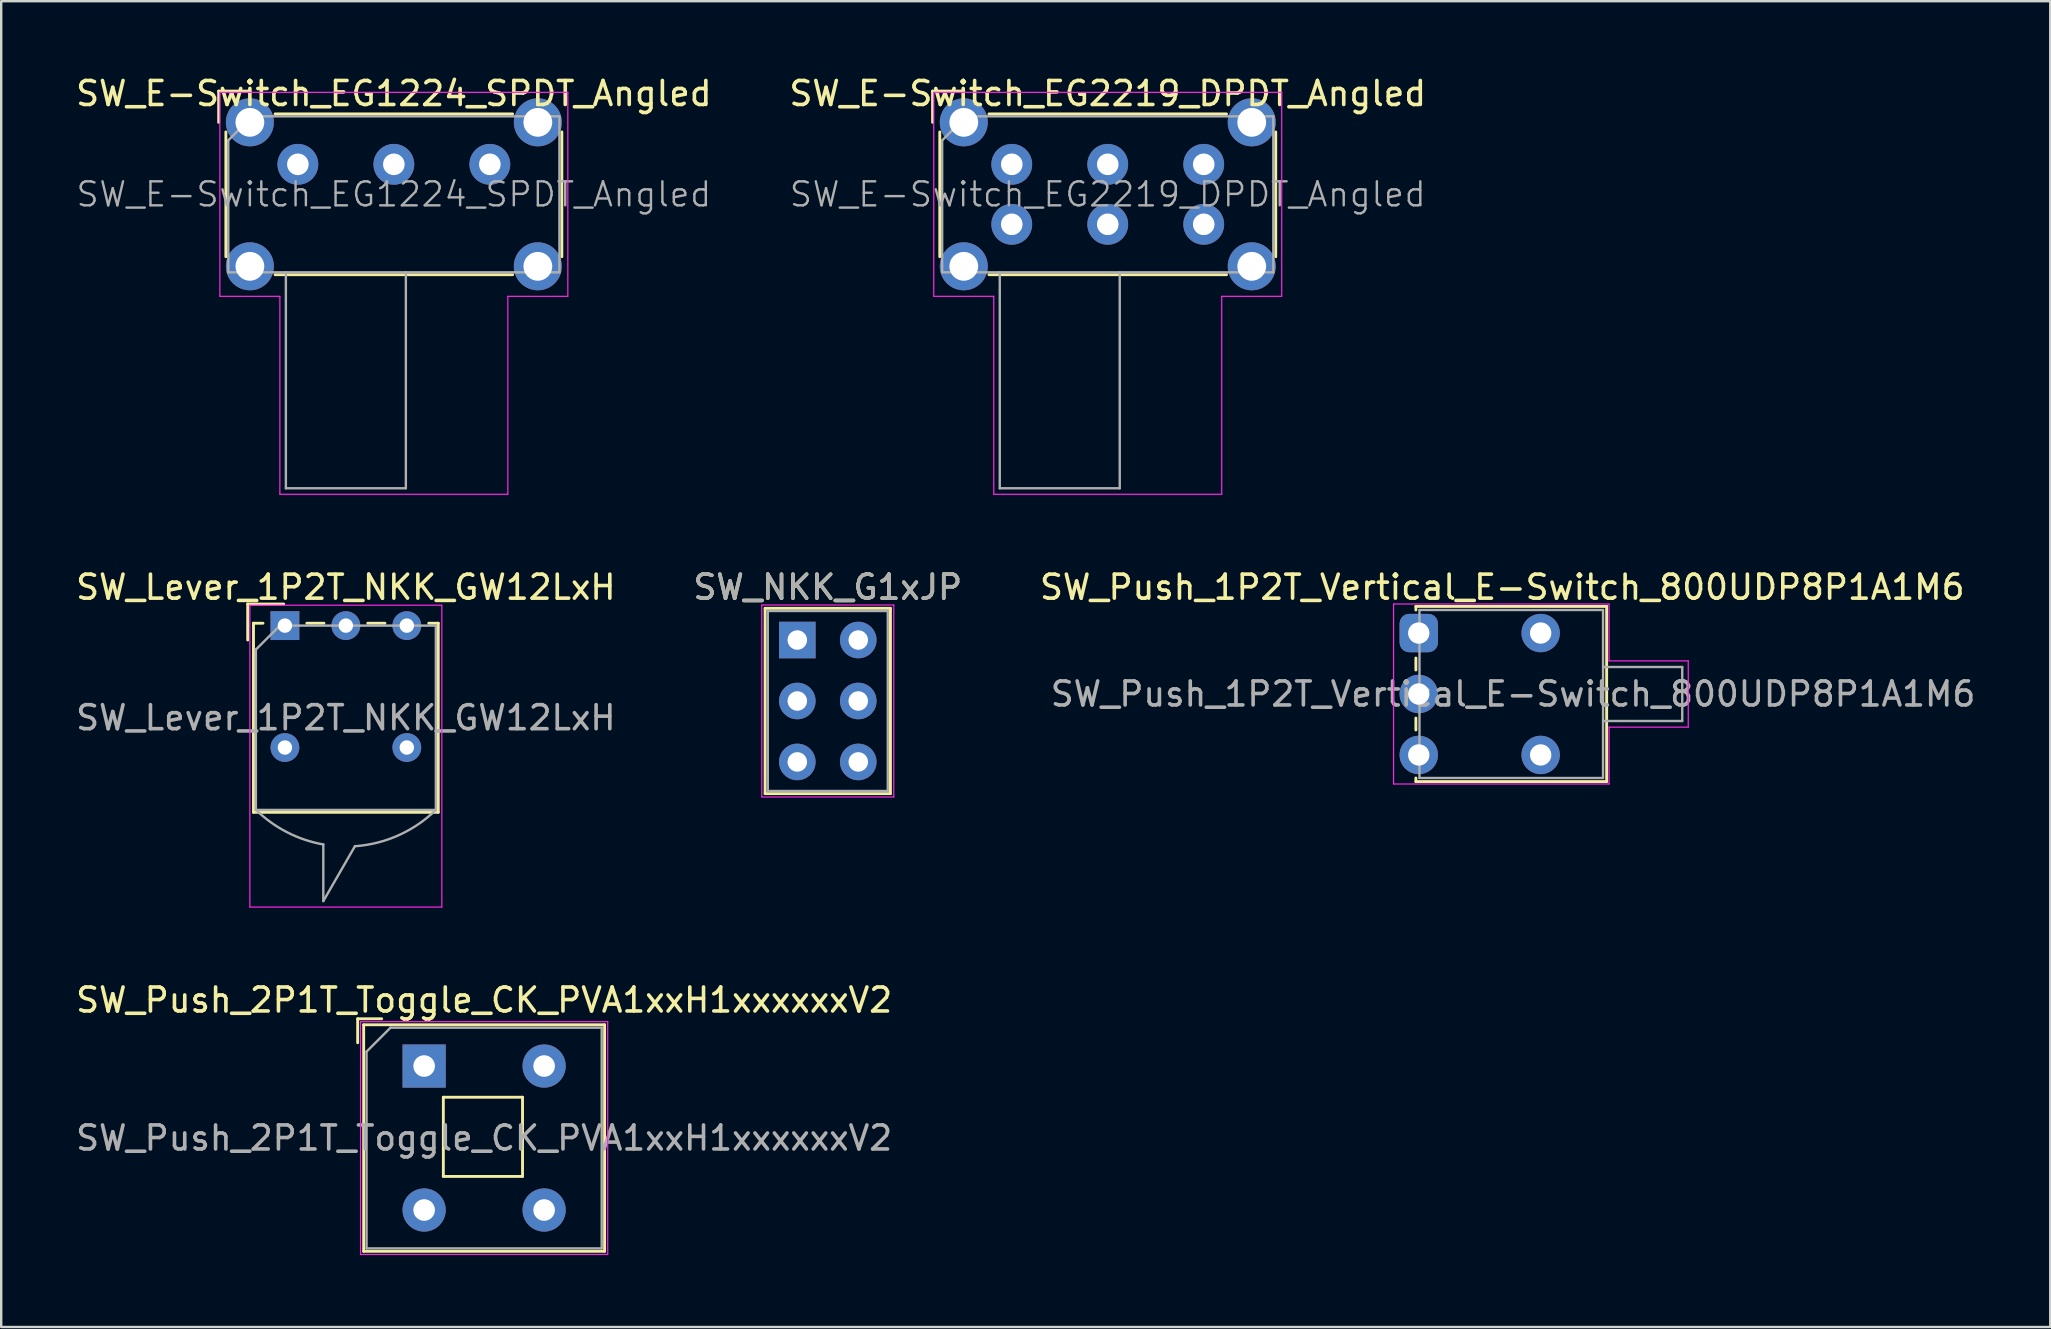
<source format=kicad_pcb>
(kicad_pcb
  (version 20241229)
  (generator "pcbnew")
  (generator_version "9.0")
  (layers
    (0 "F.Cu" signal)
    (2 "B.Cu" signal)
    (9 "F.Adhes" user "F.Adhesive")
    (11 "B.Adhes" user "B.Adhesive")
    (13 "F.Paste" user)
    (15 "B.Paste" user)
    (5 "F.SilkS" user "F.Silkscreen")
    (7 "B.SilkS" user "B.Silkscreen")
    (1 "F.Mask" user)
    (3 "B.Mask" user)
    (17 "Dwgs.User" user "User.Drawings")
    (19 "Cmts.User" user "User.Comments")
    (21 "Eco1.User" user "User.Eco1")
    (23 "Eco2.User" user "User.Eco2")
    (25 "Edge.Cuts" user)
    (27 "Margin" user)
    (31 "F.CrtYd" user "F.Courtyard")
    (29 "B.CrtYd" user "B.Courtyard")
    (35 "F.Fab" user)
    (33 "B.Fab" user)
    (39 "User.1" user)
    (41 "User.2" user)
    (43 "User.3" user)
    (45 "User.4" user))
  (footprint "SW_NKK_G1xJP"
    (layer "F.Cu")
    (at 30.176 23.622)
    (property "Reference" "SW_NKK_G1xJP" (at 1.27 -2.2 0) (layer "F.SilkS") (effects (font (size 1 1) (thickness 0.15))))
    (attr through_hole)
    (fp_line (start -1.341 -1.321) (end 3.881 -1.321) (stroke (width 0.12) (type solid)) (layer "F.SilkS"))
    (fp_line (start -1.341 6.401) (end -1.341 -1.321) (stroke (width 0.12) (type solid)) (layer "F.SilkS"))
    (fp_line (start -1.341 6.401) (end 3.881 6.401) (stroke (width 0.12) (type solid)) (layer "F.SilkS"))
    (fp_line (start 3.881 -1.321) (end 3.881 6.401) (stroke (width 0.12) (type solid)) (layer "F.SilkS"))
    (fp_line (start -1.48 6.54) (end -1.48 -1.46) (stroke (width 0.05) (type solid)) (layer "F.CrtYd"))
    (fp_line (start -1.48 6.54) (end 4.02 6.54) (stroke (width 0.05) (type solid)) (layer "F.CrtYd"))
    (fp_line (start 4.02 -1.46) (end -1.48 -1.46) (stroke (width 0.05) (type solid)) (layer "F.CrtYd"))
    (fp_line (start 4.02 -1.46) (end 4.02 6.54) (stroke (width 0.05) (type solid)) (layer "F.CrtYd"))
    (fp_line (start -1.23 -1.21) (end 3.77 -1.21) (stroke (width 0.1) (type solid)) (layer "F.Fab"))
    (fp_line (start -1.23 6.29) (end -1.23 -1.21) (stroke (width 0.1) (type solid)) (layer "F.Fab"))
    (fp_line (start -1.23 6.29) (end 3.77 6.29) (stroke (width 0.1) (type solid)) (layer "F.Fab"))
    (fp_line (start 3.77 6.29) (end 3.77 -1.21) (stroke (width 0.1) (type solid)) (layer "F.Fab"))
    (fp_text user "${REFERENCE}" (at 1.27 -2.2 0) (layer "F.Fab") (effects (font (size 1 1) (thickness 0.15))))
    (pad "1" thru_hole rect (at 0 0) (size 1.524 1.524) (drill 0.813) (layers "*.Cu" "*.Mask"))
    (pad "2" thru_hole circle (at 0 2.54) (size 1.524 1.524) (drill 0.813) (layers "*.Cu" "*.Mask"))
    (pad "3" thru_hole circle (at 0 5.08) (size 1.524 1.524) (drill 0.813) (layers "*.Cu" "*.Mask"))
    (pad "4" thru_hole circle (at 2.54 5.08) (size 1.524 1.524) (drill 0.813) (layers "*.Cu" "*.Mask"))
    (pad "5" thru_hole circle (at 2.54 2.54) (size 1.524 1.524) (drill 0.813) (layers "*.Cu" "*.Mask"))
    (pad "6" thru_hole circle (at 2.54 0) (size 1.524 1.524) (drill 0.813) (layers "*.Cu" "*.Mask")))
  (footprint "SW_Lever_1P2T_NKK_GW12LxH"
    (layer "F.Cu")
    (at 8.823 23.021)
    (property "Reference" "SW_Lever_1P2T_NKK_GW12LxH" (at 2.54 -1.6 0) (layer "F.SilkS") (effects (font (size 1 1) (thickness 0.15))))
    (attr through_hole)
    (fp_line (start -1.55 -0.9) (end -0.05 -0.9) (stroke (width 0.12) (type solid)) (layer "F.SilkS"))
    (fp_line (start -1.55 0.6) (end -1.55 -0.9) (stroke (width 0.12) (type solid)) (layer "F.SilkS"))
    (fp_line (start -1.31 -0.1) (end -1.31 7.78) (stroke (width 0.12) (type solid)) (layer "F.SilkS"))
    (fp_line (start -1.31 -0.1) (end -0.914 -0.1) (stroke (width 0.12) (type solid)) (layer "F.SilkS"))
    (fp_line (start -1.31 7.78) (end 6.39 7.78) (stroke (width 0.12) (type solid)) (layer "F.SilkS"))
    (fp_line (start 0.914 -0.1) (end 1.627 -0.1) (stroke (width 0.12) (type solid)) (layer "F.SilkS"))
    (fp_line (start 3.454 -0.1) (end 4.167 -0.1) (stroke (width 0.12) (type solid)) (layer "F.SilkS"))
    (fp_line (start 5.994 -0.1) (end 6.39 -0.1) (stroke (width 0.12) (type solid)) (layer "F.SilkS"))
    (fp_line (start 6.39 -0.1) (end 6.39 7.78) (stroke (width 0.12) (type solid)) (layer "F.SilkS"))
    (fp_line (start -1.46 -0.85) (end -1.46 11.73) (stroke (width 0.05) (type solid)) (layer "F.CrtYd"))
    (fp_line (start -1.46 11.73) (end 6.54 11.73) (stroke (width 0.05) (type solid)) (layer "F.CrtYd"))
    (fp_line (start 6.54 -0.85) (end -1.46 -0.85) (stroke (width 0.05) (type solid)) (layer "F.CrtYd"))
    (fp_line (start 6.54 11.73) (end 6.54 -0.85) (stroke (width 0.05) (type solid)) (layer "F.CrtYd"))
    (fp_line (start -1.21 1) (end -0.21 0) (stroke (width 0.1) (type solid)) (layer "F.Fab"))
    (fp_line (start -1.21 7.68) (end -1.21 1) (stroke (width 0.1) (type solid)) (layer "F.Fab"))
    (fp_line (start -0.21 0) (end 6.29 0) (stroke (width 0.1) (type solid)) (layer "F.Fab"))
    (fp_line (start 1.6 9.12) (end 1.6 11.48) (stroke (width 0.1) (type solid)) (layer "F.Fab"))
    (fp_line (start 1.6 11.48) (end 2.92 9.19) (stroke (width 0.1) (type solid)) (layer "F.Fab"))
    (fp_line (start 6.29 0) (end 6.29 7.68) (stroke (width 0.1) (type solid)) (layer "F.Fab"))
    (fp_line (start 6.29 7.68) (end -1.21 7.68) (stroke (width 0.1) (type solid)) (layer "F.Fab"))
    (fp_arc (start 1.6 9.12) (mid 0.089022 8.610189) (end -1.205256 7.678627) (stroke (width 0.1) (type solid)) (layer "F.Fab"))
    (fp_arc (start 6.29 7.68) (mid 4.737678 8.736766) (end 2.916333 9.194108) (stroke (width 0.1) (type solid)) (layer "F.Fab"))
    (fp_text user "${REFERENCE}" (at 2.54 3.84 0) (layer "F.Fab") (effects (font (size 1 1) (thickness 0.15))))
    (pad "" thru_hole circle (at 0 5.08) (size 1.2 1.2) (drill 0.6) (layers "*.Cu" "*.Mask"))
    (pad "" thru_hole circle (at 5.08 5.08) (size 1.2 1.2) (drill 0.6) (layers "*.Cu" "*.Mask"))
    (pad "1" thru_hole rect (at 0 0) (size 1.2 1.2) (drill 0.6) (layers "*.Cu" "*.Mask"))
    (pad "2" thru_hole circle (at 2.54 0) (size 1.2 1.2) (drill 0.6) (layers "*.Cu" "*.Mask"))
    (pad "3" thru_hole circle (at 5.08 0) (size 1.2 1.2) (drill 0.6) (layers "*.Cu" "*.Mask")))
  (footprint "SW_E-Switch_EG1224_SPDT_Angled"
    (layer "F.Cu")
    (at 9.363 3.798)
    (property "Reference" "SW_E-Switch_EG1224_SPDT_Angled" (at 4 -2.95 0) (layer "F.SilkS") (effects (font (size 1 1) (thickness 0.15))))
    (attr through_hole)
    (fp_line (start -3.3 -3.05) (end -2 -3.05) (stroke (width 0.12) (type solid)) (layer "F.SilkS"))
    (fp_line (start -3.3 -1.75) (end -3.3 -3.05) (stroke (width 0.12) (type solid)) (layer "F.SilkS"))
    (fp_line (start -3 3.85) (end -3 -1.35) (stroke (width 0.12) (type solid)) (layer "F.SilkS"))
    (fp_line (start -0.95 -2.1) (end 8.95 -2.1) (stroke (width 0.12) (type solid)) (layer "F.SilkS"))
    (fp_line (start 8.95 4.6) (end -0.95 4.6) (stroke (width 0.12) (type solid)) (layer "F.SilkS"))
    (fp_line (start 11 -1.35) (end 11 3.85) (stroke (width 0.12) (type solid)) (layer "F.SilkS"))
    (fp_line (start -3.25 -3) (end 11.25 -3) (stroke (width 0.05) (type solid)) (layer "F.CrtYd"))
    (fp_line (start -3.25 5.5) (end -3.25 -3) (stroke (width 0.05) (type solid)) (layer "F.CrtYd"))
    (fp_line (start -0.75 5.5) (end -3.25 5.5) (stroke (width 0.05) (type solid)) (layer "F.CrtYd"))
    (fp_line (start -0.75 13.75) (end -0.75 5.5) (stroke (width 0.05) (type solid)) (layer "F.CrtYd"))
    (fp_line (start 8.75 5.5) (end 8.75 13.75) (stroke (width 0.05) (type solid)) (layer "F.CrtYd"))
    (fp_line (start 8.75 13.75) (end -0.75 13.75) (stroke (width 0.05) (type solid)) (layer "F.CrtYd"))
    (fp_line (start 11.25 -3) (end 11.25 5.5) (stroke (width 0.05) (type solid)) (layer "F.CrtYd"))
    (fp_line (start 11.25 5.5) (end 8.75 5.5) (stroke (width 0.05) (type solid)) (layer "F.CrtYd"))
    (fp_line (start -2.9 4.5) (end -2.9 -1) (stroke (width 0.1) (type solid)) (layer "F.Fab"))
    (fp_line (start -1.9 -2) (end -2.9 -1) (stroke (width 0.1) (type solid)) (layer "F.Fab"))
    (fp_line (start -1.9 -2) (end 10.9 -2) (stroke (width 0.1) (type solid)) (layer "F.Fab"))
    (fp_line (start -0.5 13.5) (end -0.5 4.5) (stroke (width 0.1) (type solid)) (layer "F.Fab"))
    (fp_line (start 4.5 4.5) (end 4.5 13.5) (stroke (width 0.1) (type solid)) (layer "F.Fab"))
    (fp_line (start 4.5 13.5) (end -0.5 13.5) (stroke (width 0.1) (type solid)) (layer "F.Fab"))
    (fp_line (start 10.9 -2) (end 10.9 4.5) (stroke (width 0.1) (type solid)) (layer "F.Fab"))
    (fp_line (start 10.9 4.5) (end -2.9 4.5) (stroke (width 0.1) (type solid)) (layer "F.Fab"))
    (fp_text user "${REFERENCE}" (at 4 1.25 0) (layer "F.Fab") (effects (font (size 1 1) (thickness 0.1))))
    (pad "" thru_hole circle (at -2 -1.75) (size 2 2) (drill 1.2) (layers "*.Cu" "*.Mask"))
    (pad "" thru_hole circle (at -2 4.25) (size 2 2) (drill 1.2) (layers "*.Cu" "*.Mask"))
    (pad "" thru_hole circle (at 10 -1.75) (size 2 2) (drill 1.2) (layers "*.Cu" "*.Mask"))
    (pad "" thru_hole circle (at 10 4.25) (size 2 2) (drill 1.2) (layers "*.Cu" "*.Mask"))
    (pad "1" thru_hole circle (at 0 0) (size 1.7 1.7) (drill 0.9) (layers "*.Cu" "*.Mask"))
    (pad "2" thru_hole circle (at 4 0) (size 1.7 1.7) (drill 0.9) (layers "*.Cu" "*.Mask"))
    (pad "3" thru_hole circle (at 8 0) (size 1.7 1.7) (drill 0.9) (layers "*.Cu" "*.Mask")))
  (footprint "SW_Push_2P1T_Toggle_CK_PVA1xxH1xxxxxxV2"
    (layer "F.Cu")
    (at 14.625 41.375)
    (property "Reference" "SW_Push_2P1T_Toggle_CK_PVA1xxH1xxxxxxV2" (at 2.5 -2.75 0) (layer "F.SilkS") (effects (font (size 1 1) (thickness 0.15))))
    (attr through_hole)
    (fp_line (start -2.77 -0.97) (end -2.77 -1.97) (stroke (width 0.12) (type solid)) (layer "F.SilkS"))
    (fp_line (start -2.52 7.72) (end -2.52 -1.72) (stroke (width 0.12) (type solid)) (layer "F.SilkS"))
    (fp_line (start -1.77 -1.97) (end -2.77 -1.97) (stroke (width 0.12) (type solid)) (layer "F.SilkS"))
    (fp_line (start 0.8 1.3) (end 0.8 4.6) (stroke (width 0.12) (type solid)) (layer "F.SilkS"))
    (fp_line (start 4.1 1.3) (end 0.8 1.3) (stroke (width 0.12) (type solid)) (layer "F.SilkS"))
    (fp_line (start 4.1 1.3) (end 4.1 4.6) (stroke (width 0.12) (type solid)) (layer "F.SilkS"))
    (fp_line (start 4.1 4.6) (end 0.8 4.6) (stroke (width 0.12) (type solid)) (layer "F.SilkS"))
    (fp_line (start 7.52 -1.72) (end -2.52 -1.72) (stroke (width 0.12) (type solid)) (layer "F.SilkS"))
    (fp_line (start 7.52 7.72) (end -2.52 7.72) (stroke (width 0.12) (type solid)) (layer "F.SilkS"))
    (fp_line (start 7.52 7.72) (end 7.52 -1.72) (stroke (width 0.12) (type solid)) (layer "F.SilkS"))
    (fp_line (start -2.65 -1.85) (end 7.65 -1.85) (stroke (width 0.05) (type solid)) (layer "F.CrtYd"))
    (fp_line (start -2.65 7.85) (end -2.65 -1.85) (stroke (width 0.05) (type solid)) (layer "F.CrtYd"))
    (fp_line (start -2.65 7.85) (end 7.65 7.85) (stroke (width 0.05) (type solid)) (layer "F.CrtYd"))
    (fp_line (start 7.65 -1.85) (end 7.65 7.85) (stroke (width 0.05) (type solid)) (layer "F.CrtYd"))
    (fp_line (start -2.4 -0.6) (end -1.4 -1.6) (stroke (width 0.1) (type solid)) (layer "F.Fab"))
    (fp_line (start -2.4 7.6) (end -2.4 -0.6) (stroke (width 0.1) (type solid)) (layer "F.Fab"))
    (fp_line (start -1.4 -1.6) (end 7.4 -1.6) (stroke (width 0.1) (type solid)) (layer "F.Fab"))
    (fp_line (start 7.4 -1.6) (end 7.4 7.6) (stroke (width 0.1) (type solid)) (layer "F.Fab"))
    (fp_line (start 7.4 7.6) (end -2.4 7.6) (stroke (width 0.1) (type solid)) (layer "F.Fab"))
    (fp_text user "${REFERENCE}" (at 2.5 3 0) (layer "F.Fab") (effects (font (size 1 1) (thickness 0.15))))
    (pad "1" thru_hole rect (at 0 0) (size 1.8 1.8) (drill 0.9) (layers "*.Cu" "*.Mask"))
    (pad "2" thru_hole circle (at 5 0) (size 1.8 1.8) (drill 0.9) (layers "*.Cu" "*.Mask"))
    (pad "3" thru_hole circle (at 0 6) (size 1.8 1.8) (drill 0.9) (layers "*.Cu" "*.Mask"))
    (pad "4" thru_hole circle (at 5 6) (size 1.8 1.8) (drill 0.9) (layers "*.Cu" "*.Mask")))
  (footprint "SW_E-Switch_EG2219_DPDT_Angled"
    (layer "F.Cu")
    (at 39.113 3.798)
    (property "Reference" "SW_E-Switch_EG2219_DPDT_Angled" (at 4 -2.95 0) (layer "F.SilkS") (effects (font (size 1 1) (thickness 0.15))))
    (attr through_hole)
    (fp_line (start -3.3 -3.05) (end -2 -3.05) (stroke (width 0.12) (type solid)) (layer "F.SilkS"))
    (fp_line (start -3.3 -1.75) (end -3.3 -3.05) (stroke (width 0.12) (type solid)) (layer "F.SilkS"))
    (fp_line (start -3 3.85) (end -3 -1.35) (stroke (width 0.12) (type solid)) (layer "F.SilkS"))
    (fp_line (start -0.95 -2.1) (end 8.95 -2.1) (stroke (width 0.12) (type solid)) (layer "F.SilkS"))
    (fp_line (start 8.95 4.6) (end -0.95 4.6) (stroke (width 0.12) (type solid)) (layer "F.SilkS"))
    (fp_line (start 11 -1.35) (end 11 3.85) (stroke (width 0.12) (type solid)) (layer "F.SilkS"))
    (fp_line (start -3.25 -3) (end 11.25 -3) (stroke (width 0.05) (type solid)) (layer "F.CrtYd"))
    (fp_line (start -3.25 5.5) (end -3.25 -3) (stroke (width 0.05) (type solid)) (layer "F.CrtYd"))
    (fp_line (start -0.75 5.5) (end -3.25 5.5) (stroke (width 0.05) (type solid)) (layer "F.CrtYd"))
    (fp_line (start -0.75 13.75) (end -0.75 5.5) (stroke (width 0.05) (type solid)) (layer "F.CrtYd"))
    (fp_line (start 8.75 5.5) (end 8.75 13.75) (stroke (width 0.05) (type solid)) (layer "F.CrtYd"))
    (fp_line (start 8.75 13.75) (end -0.75 13.75) (stroke (width 0.05) (type solid)) (layer "F.CrtYd"))
    (fp_line (start 11.25 -3) (end 11.25 5.5) (stroke (width 0.05) (type solid)) (layer "F.CrtYd"))
    (fp_line (start 11.25 5.5) (end 8.75 5.5) (stroke (width 0.05) (type solid)) (layer "F.CrtYd"))
    (fp_line (start -2.9 4.5) (end -2.9 -1) (stroke (width 0.1) (type solid)) (layer "F.Fab"))
    (fp_line (start -1.9 -2) (end -2.9 -1) (stroke (width 0.1) (type solid)) (layer "F.Fab"))
    (fp_line (start -1.9 -2) (end 10.9 -2) (stroke (width 0.1) (type solid)) (layer "F.Fab"))
    (fp_line (start -0.5 13.5) (end -0.5 4.5) (stroke (width 0.1) (type solid)) (layer "F.Fab"))
    (fp_line (start 4.5 4.5) (end 4.5 13.5) (stroke (width 0.1) (type solid)) (layer "F.Fab"))
    (fp_line (start 4.5 13.5) (end -0.5 13.5) (stroke (width 0.1) (type solid)) (layer "F.Fab"))
    (fp_line (start 10.9 -2) (end 10.9 4.5) (stroke (width 0.1) (type solid)) (layer "F.Fab"))
    (fp_line (start 10.9 4.5) (end -2.9 4.5) (stroke (width 0.1) (type solid)) (layer "F.Fab"))
    (fp_text user "${REFERENCE}" (at 4 1.25 0) (layer "F.Fab") (effects (font (size 1 1) (thickness 0.1))))
    (pad "" thru_hole circle (at -2 -1.75) (size 2 2) (drill 1.2) (layers "*.Cu" "*.Mask"))
    (pad "" thru_hole circle (at -2 4.25) (size 2 2) (drill 1.2) (layers "*.Cu" "*.Mask"))
    (pad "" thru_hole circle (at 10 -1.75) (size 2 2) (drill 1.2) (layers "*.Cu" "*.Mask"))
    (pad "" thru_hole circle (at 10 4.25) (size 2 2) (drill 1.2) (layers "*.Cu" "*.Mask"))
    (pad "1" thru_hole circle (at 0 0) (size 1.7 1.7) (drill 0.9) (layers "*.Cu" "*.Mask"))
    (pad "2" thru_hole circle (at 4 0) (size 1.7 1.7) (drill 0.9) (layers "*.Cu" "*.Mask"))
    (pad "3" thru_hole circle (at 8 0) (size 1.7 1.7) (drill 0.9) (layers "*.Cu" "*.Mask"))
    (pad "4" thru_hole circle (at 0 2.5) (size 1.7 1.7) (drill 0.9) (layers "*.Cu" "*.Mask"))
    (pad "5" thru_hole circle (at 4 2.5) (size 1.7 1.7) (drill 0.9) (layers "*.Cu" "*.Mask"))
    (pad "6" thru_hole circle (at 8 2.5) (size 1.7 1.7) (drill 0.9) (layers "*.Cu" "*.Mask")))
  (footprint "SW_Push_1P2T_Vertical_E-Switch_800UDP8P1A1M6"
    (layer "F.Cu")
    (at 56.074 23.331)
    (property "Reference" "SW_Push_1P2T_Vertical_E-Switch_800UDP8P1A1M6" (at 3.48 -1.91 180) (layer "F.SilkS") (effects (font (size 1 1) (thickness 0.15))))
    (attr through_hole)
    (fp_line (start -0.12 -1.11) (end -0.12 -0.96) (stroke (width 0.12) (type solid)) (layer "F.SilkS"))
    (fp_line (start -0.12 1.54) (end -0.12 1.04) (stroke (width 0.12) (type solid)) (layer "F.SilkS"))
    (fp_line (start -0.12 4.04) (end -0.12 3.54) (stroke (width 0.12) (type solid)) (layer "F.SilkS"))
    (fp_line (start -0.12 6.19) (end -0.12 6.04) (stroke (width 0.12) (type solid)) (layer "F.SilkS"))
    (fp_line (start -0.12 6.19) (end 7.83 6.19) (stroke (width 0.12) (type solid)) (layer "F.SilkS"))
    (fp_line (start 7.83 -1.11) (end -0.12 -1.11) (stroke (width 0.12) (type solid)) (layer "F.SilkS"))
    (fp_line (start 7.83 6.19) (end 7.83 -1.11) (stroke (width 0.12) (type solid)) (layer "F.SilkS"))
    (fp_line (start -1.05 -1.21) (end 7.93 -1.21) (stroke (width 0.05) (type solid)) (layer "F.CrtYd"))
    (fp_line (start -1.05 6.29) (end -1.05 -1.21) (stroke (width 0.05) (type solid)) (layer "F.CrtYd"))
    (fp_line (start 7.93 -1.21) (end 7.93 1.16) (stroke (width 0.05) (type solid)) (layer "F.CrtYd"))
    (fp_line (start 7.93 1.16) (end 11.23 1.16) (stroke (width 0.05) (type solid)) (layer "F.CrtYd"))
    (fp_line (start 7.93 3.92) (end 7.93 6.29) (stroke (width 0.05) (type solid)) (layer "F.CrtYd"))
    (fp_line (start 7.93 6.29) (end -1.05 6.29) (stroke (width 0.05) (type solid)) (layer "F.CrtYd"))
    (fp_line (start 11.23 1.16) (end 11.23 3.92) (stroke (width 0.05) (type solid)) (layer "F.CrtYd"))
    (fp_line (start 11.23 3.92) (end 7.93 3.92) (stroke (width 0.05) (type solid)) (layer "F.CrtYd"))
    (fp_line (start 0.03 -0.96) (end 7.68 -0.96) (stroke (width 0.1) (type solid)) (layer "F.Fab"))
    (fp_line (start 0.03 6.04) (end 0.03 -0.96) (stroke (width 0.1) (type solid)) (layer "F.Fab"))
    (fp_line (start 7.68 -0.96) (end 7.68 6.04) (stroke (width 0.1) (type solid)) (layer "F.Fab"))
    (fp_line (start 7.68 6.04) (end 0.03 6.04) (stroke (width 0.1) (type solid)) (layer "F.Fab"))
    (fp_line (start 10.98 1.415) (end 7.68 1.415) (stroke (width 0.1) (type solid)) (layer "F.Fab"))
    (fp_line (start 10.98 3.665) (end 7.68 3.665) (stroke (width 0.1) (type solid)) (layer "F.Fab"))
    (fp_line (start 10.98 3.665) (end 10.98 1.415) (stroke (width 0.1) (type solid)) (layer "F.Fab"))
    (fp_text user "${REFERENCE}" (at 3.93 2.54 180) (layer "F.Fab") (effects (font (size 1 1) (thickness 0.15))))
    (pad "" thru_hole circle (at 5.08 0 180) (size 1.6 1.6) (drill 0.89) (layers "*.Cu" "*.Mask"))
    (pad "" thru_hole circle (at 5.08 5.08 180) (size 1.6 1.6) (drill 0.89) (layers "*.Cu" "*.Mask"))
    (pad "1" thru_hole roundrect (at 0 0 180) (size 1.6 1.6) (drill 0.89) (layers "*.Cu" "*.Mask") (roundrect_rratio 0.25))
    (pad "2" thru_hole circle (at 0 2.54 180) (size 1.6 1.6) (drill 0.89) (layers "*.Cu" "*.Mask"))
    (pad "3" thru_hole circle (at 0 5.08 180) (size 1.6 1.6) (drill 0.89) (layers "*.Cu" "*.Mask")))
  (gr_rect
    (start -3 -3)
    (end 82.39 52.25)
    (stroke (width 0.1) (type default))
    (fill no)
    (layer "Edge.Cuts")))
</source>
